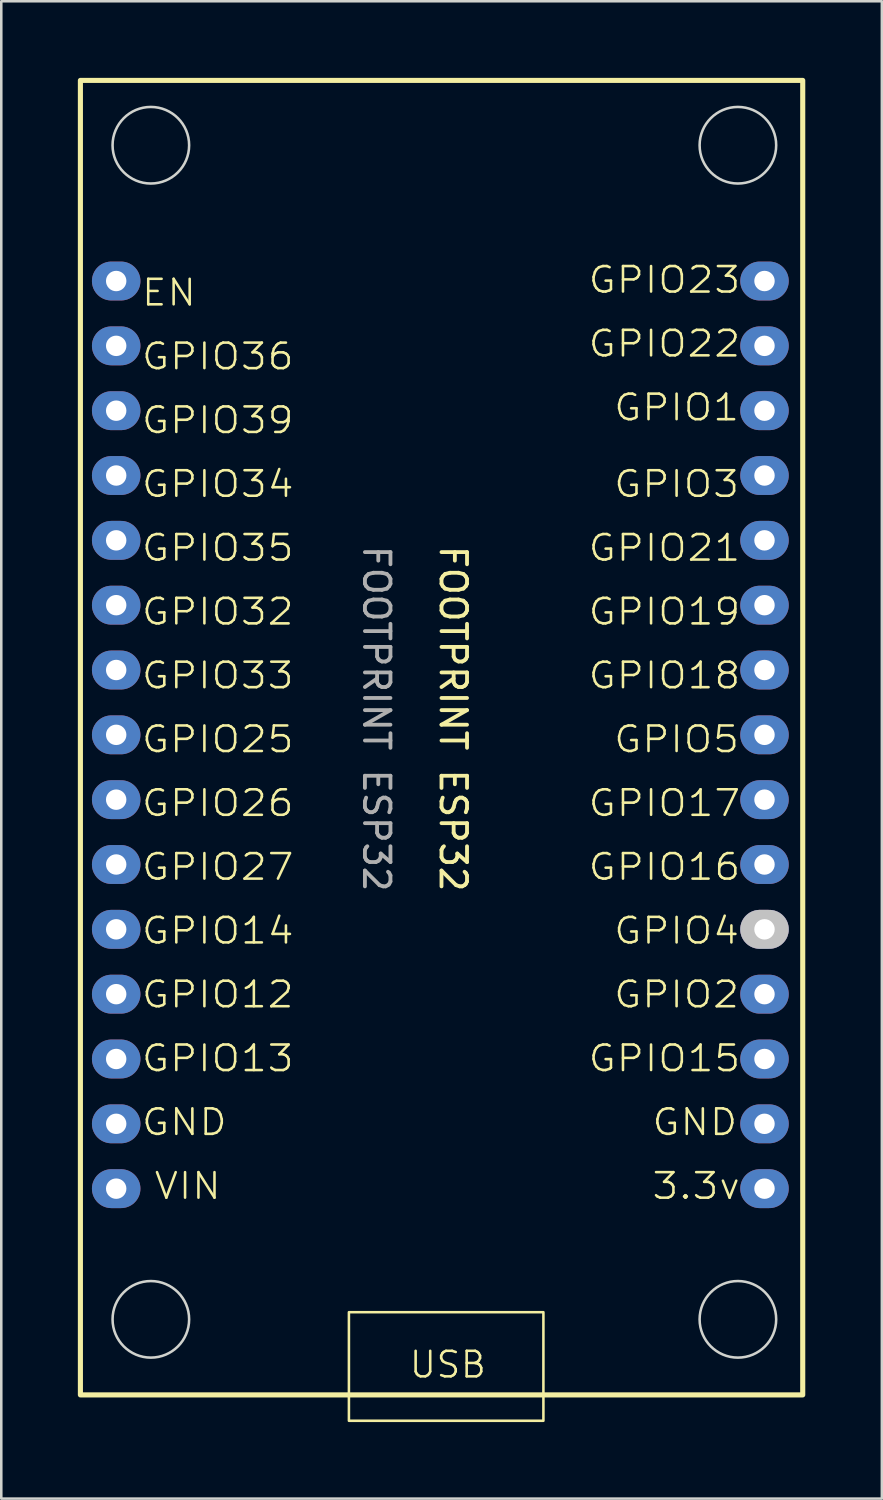
<source format=kicad_pcb>
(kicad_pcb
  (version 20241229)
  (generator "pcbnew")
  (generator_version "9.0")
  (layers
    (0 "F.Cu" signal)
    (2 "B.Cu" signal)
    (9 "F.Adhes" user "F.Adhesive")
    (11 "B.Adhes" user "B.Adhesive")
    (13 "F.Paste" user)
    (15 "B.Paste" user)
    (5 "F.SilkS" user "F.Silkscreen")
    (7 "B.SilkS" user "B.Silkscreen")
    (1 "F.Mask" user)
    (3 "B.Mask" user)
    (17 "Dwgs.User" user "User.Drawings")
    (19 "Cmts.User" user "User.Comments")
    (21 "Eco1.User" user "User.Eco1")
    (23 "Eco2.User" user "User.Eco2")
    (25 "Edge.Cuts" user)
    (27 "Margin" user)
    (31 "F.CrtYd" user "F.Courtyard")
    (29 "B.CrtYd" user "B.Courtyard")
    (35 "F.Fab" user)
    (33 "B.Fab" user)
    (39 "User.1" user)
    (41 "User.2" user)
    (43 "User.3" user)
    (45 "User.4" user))
  (footprint "FOOTPRINT ESP32"
    (layer "F.Cu")
    (at 13.43 26.5)
    (property "Reference" "FOOTPRINT ESP32" (at 1.272 -1.395 270) (unlocked yes) (layer "F.SilkS") (effects (font (size 1 1) (thickness 0.15))))
    (fp_rect (start -13.33 -26.4) (end 14.97 25.1) (stroke (width 0.2) (type default)) (fill no) (layer "F.SilkS"))
    (fp_rect (start -2.81 21.86) (end 4.81 26.114) (stroke (width 0.1) (type default)) (fill no) (layer "F.SilkS"))
    (fp_circle (center -10.57 -23.86) (end -10.57 -22.36) (stroke (width 0.1) (type default)) (fill no) (layer "Edge.Cuts"))
    (fp_circle (center -10.57 22.14) (end -10.57 23.64) (stroke (width 0.1) (type default)) (fill no) (layer "Edge.Cuts"))
    (fp_circle (center 12.43 -23.86) (end 12.43 -22.36) (stroke (width 0.1) (type default)) (fill no) (layer "Edge.Cuts"))
    (fp_circle (center 12.43 22.14) (end 12.43 23.64) (stroke (width 0.1) (type default)) (fill no) (layer "Edge.Cuts"))
    (fp_text user "GND" (at -11 15 0) (unlocked yes) (layer "F.SilkS") (effects (font (size 1 1.1) (thickness 0.1)) (justify left bottom)))
    (fp_text user "GPIO4" (at 7.5 7.5 0) (unlocked yes) (layer "F.SilkS") (effects (font (size 1 1.1) (thickness 0.1)) (justify left bottom)))
    (fp_text user "GPIO18" (at 6.5 -2.5 0) (unlocked yes) (layer "F.SilkS") (effects (font (size 1 1.1) (thickness 0.1)) (justify left bottom)))
    (fp_text user "GPIO22" (at 6.5 -15.5 0) (unlocked yes) (layer "F.SilkS") (effects (font (size 1 1.1) (thickness 0.1)) (justify left bottom)))
    (fp_text user "GPIO26" (at -11 2.5 0) (unlocked yes) (layer "F.SilkS") (effects (font (size 1 1.1) (thickness 0.1)) (justify left bottom)))
    (fp_text user "GPIO36" (at -11 -15 0) (unlocked yes) (layer "F.SilkS") (effects (font (size 1 1.1) (thickness 0.1)) (justify left bottom)))
    (fp_text user "GPIO25" (at -11 0 0) (unlocked yes) (layer "F.SilkS") (effects (font (size 1 1.1) (thickness 0.1)) (justify left bottom)))
    (fp_text user "GPIO16" (at 6.5 5 0) (unlocked yes) (layer "F.SilkS") (effects (font (size 1 1.1) (thickness 0.1)) (justify left bottom)))
    (fp_text user "GPIO2" (at 7.5 10 0) (unlocked yes) (layer "F.SilkS") (effects (font (size 1 1.1) (thickness 0.1)) (justify left bottom)))
    (fp_text user "GPIO1" (at 7.5 -13 0) (unlocked yes) (layer "F.SilkS") (effects (font (size 1 1.1) (thickness 0.1)) (justify left bottom)))
    (fp_text user "GPIO14" (at -11 7.5 0) (unlocked yes) (layer "F.SilkS") (effects (font (size 1 1.1) (thickness 0.1)) (justify left bottom)))
    (fp_text user "GPIO27" (at -11 5 0) (unlocked yes) (layer "F.SilkS") (effects (font (size 1 1.1) (thickness 0.1)) (justify left bottom)))
    (fp_text user "GPIO35" (at -11 -7.5 0) (unlocked yes) (layer "F.SilkS") (effects (font (size 1 1.1) (thickness 0.1)) (justify left bottom)))
    (fp_text user "USB" (at -0.5 24.5 0) (unlocked yes) (layer "F.SilkS") (effects (font (size 1 1) (thickness 0.1)) (justify left bottom)))
    (fp_text user "GPIO33" (at -11 -2.5 0) (unlocked yes) (layer "F.SilkS") (effects (font (size 1 1.1) (thickness 0.1)) (justify left bottom)))
    (fp_text user "GPIO23" (at 6.5 -18 0) (unlocked yes) (layer "F.SilkS") (effects (font (size 1 1.1) (thickness 0.1)) (justify left bottom)))
    (fp_text user "GPIO13" (at -11 12.5 0) (unlocked yes) (layer "F.SilkS") (effects (font (size 1 1.1) (thickness 0.1)) (justify left bottom)))
    (fp_text user "GPIO17" (at 6.5 2.5 0) (unlocked yes) (layer "F.SilkS") (effects (font (size 1 1.1) (thickness 0.1)) (justify left bottom)))
    (fp_text user "EN" (at -11 -17.5 0) (unlocked yes) (layer "F.SilkS") (effects (font (size 1 1.1) (thickness 0.1)) (justify left bottom)))
    (fp_text user "GPIO39" (at -11 -12.5 0) (unlocked yes) (layer "F.SilkS") (effects (font (size 1 1.1) (thickness 0.1)) (justify left bottom)))
    (fp_text user "GPIO19" (at 6.5 -5 0) (unlocked yes) (layer "F.SilkS") (effects (font (size 1 1.1) (thickness 0.1)) (justify left bottom)))
    (fp_text user "GPIO21" (at 6.5 -7.5 0) (unlocked yes) (layer "F.SilkS") (effects (font (size 1 1.1) (thickness 0.1)) (justify left bottom)))
    (fp_text user "GND" (at 9 15 0) (unlocked yes) (layer "F.SilkS") (effects (font (size 1 1.1) (thickness 0.1)) (justify left bottom)))
    (fp_text user "GPIO3" (at 7.5 -10 0) (unlocked yes) (layer "F.SilkS") (effects (font (size 1 1.1) (thickness 0.1)) (justify left bottom)))
    (fp_text user "GPIO12" (at -11 10 0) (unlocked yes) (layer "F.SilkS") (effects (font (size 1 1.1) (thickness 0.1)) (justify left bottom)))
    (fp_text user "VIN" (at -10.5 17.5 0) (unlocked yes) (layer "F.SilkS") (effects (font (size 1 1.1) (thickness 0.1)) (justify left bottom)))
    (fp_text user "GPIO15" (at 6.5 12.5 0) (unlocked yes) (layer "F.SilkS") (effects (font (size 1 1.1) (thickness 0.1)) (justify left bottom)))
    (fp_text user "GPIO5" (at 7.5 0 0) (unlocked yes) (layer "F.SilkS") (effects (font (size 1 1.1) (thickness 0.1)) (justify left bottom)))
    (fp_text user "3.3v" (at 9 17.5 0) (unlocked yes) (layer "F.SilkS") (effects (font (size 1 1.1) (thickness 0.1)) (justify left bottom)))
    (fp_text user "GPIO34" (at -11 -10 0) (unlocked yes) (layer "F.SilkS") (effects (font (size 1 1.1) (thickness 0.1)) (justify left bottom)))
    (fp_text user "GPIO32" (at -11 -5 0) (unlocked yes) (layer "F.SilkS") (effects (font (size 1 1.1) (thickness 0.1)) (justify left bottom)))
    (fp_text user "${REFERENCE}" (at -1.728 -1.395 270) (unlocked yes) (layer "F.Fab") (effects (font (size 1 1) (thickness 0.15))))
    (pad "1" thru_hole oval (at -11.928 17.02 270) (size 1.524 1.9) (drill 0.8) (layers "*.Cu" "*.Mask"))
    (pad "2" thru_hole oval (at -11.928 14.48 270) (size 1.524 1.9) (drill 0.8) (layers "*.Cu" "*.Mask"))
    (pad "3" thru_hole oval (at -11.928 11.94 270) (size 1.524 1.9) (drill 0.8) (layers "*.Cu" "*.Mask"))
    (pad "4" thru_hole oval (at -11.928 9.4 270) (size 1.524 1.9) (drill 0.8) (layers "*.Cu" "*.Mask"))
    (pad "5" thru_hole oval (at -11.928 6.86 270) (size 1.524 1.9) (drill 0.8) (layers "*.Cu" "*.Mask"))
    (pad "6" thru_hole oval (at -11.928 4.32 270) (size 1.524 1.9) (drill 0.8) (layers "*.Cu" "*.Mask"))
    (pad "7" thru_hole oval (at -11.928 1.78 270) (size 1.524 1.9) (drill 0.8) (layers "*.Cu" "*.Mask"))
    (pad "8" thru_hole oval (at -11.928 -0.76 270) (size 1.524 1.9) (drill 0.8) (layers "*.Cu" "*.Mask"))
    (pad "9" thru_hole oval (at -11.928 -3.3 270) (size 1.524 1.9) (drill 0.8) (layers "*.Cu" "*.Mask"))
    (pad "10" thru_hole oval (at -11.928 -5.84 270) (size 1.524 1.9) (drill 0.8) (layers "*.Cu" "*.Mask"))
    (pad "11" thru_hole oval (at -11.928 -8.38 270) (size 1.524 1.9) (drill 0.8) (layers "*.Cu" "*.Mask"))
    (pad "12" thru_hole oval (at -11.928 -10.92 270) (size 1.524 1.9) (drill 0.8) (layers "*.Cu" "*.Mask"))
    (pad "13" thru_hole oval (at -11.928 -13.46 270) (size 1.524 1.9) (drill 0.8) (layers "*.Cu" "*.Mask"))
    (pad "14" thru_hole oval (at -11.928 -16 270) (size 1.524 1.9) (drill 0.8) (layers "*.Cu" "*.Mask"))
    (pad "15" thru_hole oval (at -11.928 -18.54 270) (size 1.524 1.9) (drill 0.8) (layers "*.Cu" "*.Mask"))
    (pad "16" thru_hole oval (at 13.472 17.02 270) (size 1.524 1.9) (drill 0.8) (layers "*.Cu" "*.Mask"))
    (pad "17" thru_hole oval (at 13.472 14.48 270) (size 1.524 1.9) (drill 0.8) (layers "*.Cu" "*.Mask"))
    (pad "18" thru_hole oval (at 13.472 11.94 270) (size 1.524 1.9) (drill 0.8) (layers "*.Cu" "*.Mask"))
    (pad "19" thru_hole oval (at 13.472 9.4 270) (size 1.524 1.9) (drill 0.8) (layers "*.Cu" "*.Mask"))
    (pad "20" thru_hole oval (at 13.472 6.86 270) (size 1.524 1.9) (drill 0.8) (layers "*.Cu" "*.Mask" "Dwgs.User"))
    (pad "21" thru_hole oval (at 13.472 4.32 270) (size 1.524 1.9) (drill 0.8) (layers "*.Cu" "*.Mask"))
    (pad "22" thru_hole oval (at 13.472 1.78 270) (size 1.524 1.9) (drill 0.8) (layers "*.Cu" "*.Mask"))
    (pad "23" thru_hole oval (at 13.472 -0.76 270) (size 1.524 1.9) (drill 0.8) (layers "*.Cu" "*.Mask"))
    (pad "24" thru_hole oval (at 13.472 -3.3 270) (size 1.524 1.9) (drill 0.8) (layers "*.Cu" "*.Mask"))
    (pad "25" thru_hole oval (at 13.472 -5.84 270) (size 1.524 1.9) (drill 0.8) (layers "*.Cu" "*.Mask"))
    (pad "26" thru_hole oval (at 13.472 -8.38 270) (size 1.524 1.9) (drill 0.8) (layers "*.Cu" "*.Mask"))
    (pad "27" thru_hole oval (at 13.472 -10.92 270) (size 1.524 1.9) (drill 0.8) (layers "*.Cu" "*.Mask"))
    (pad "28" thru_hole oval (at 13.472 -13.46 270) (size 1.524 1.9) (drill 0.8) (layers "*.Cu" "*.Mask"))
    (pad "29" thru_hole oval (at 13.472 -16 270) (size 1.524 1.9) (drill 0.8) (layers "*.Cu" "*.Mask"))
    (pad "30" thru_hole oval (at 13.472 -18.54 270) (size 1.524 1.9) (drill 0.8) (layers "*.Cu" "*.Mask")))
  (gr_rect
    (start -3 -3)
    (end 31.5 55.664)
    (stroke (width 0.1) (type default))
    (fill no)
    (layer "Edge.Cuts")))
</source>
